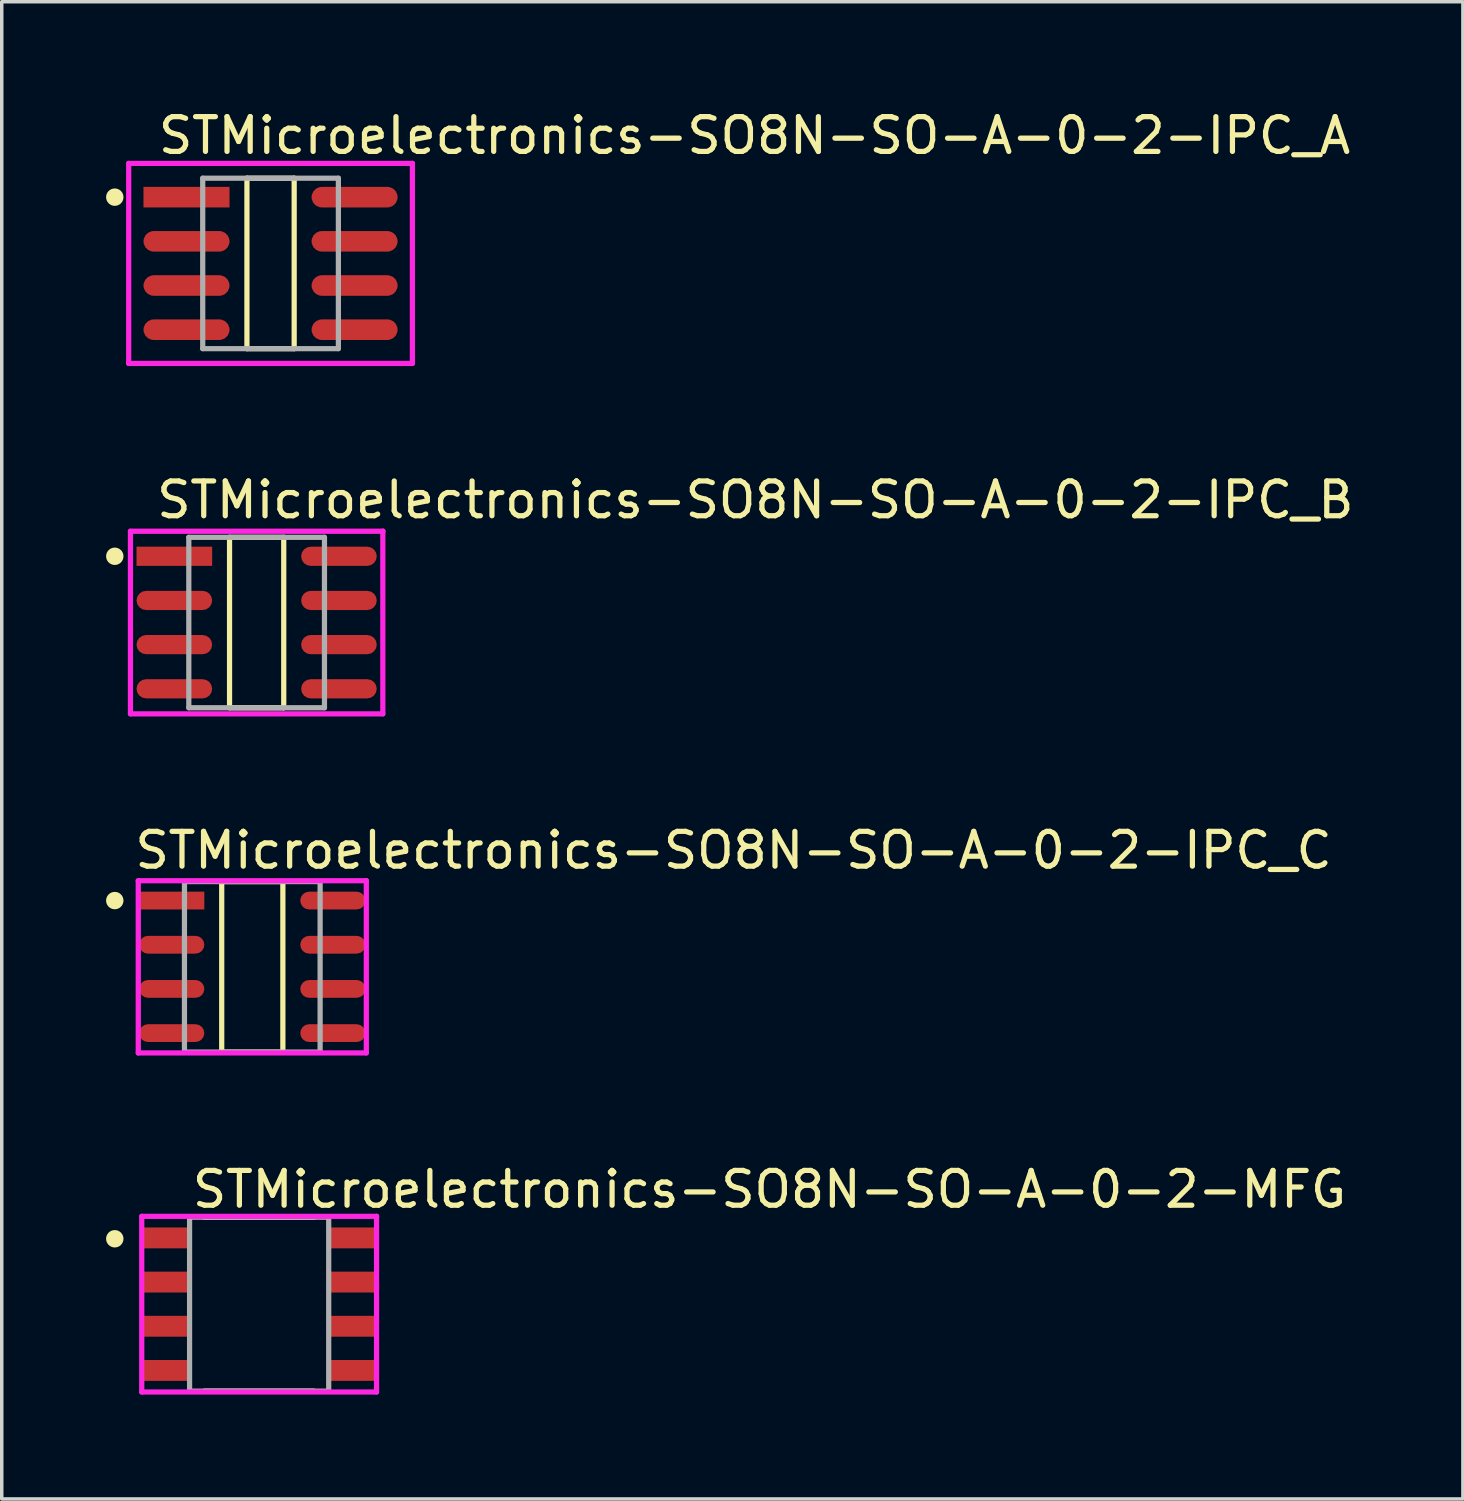
<source format=kicad_pcb>
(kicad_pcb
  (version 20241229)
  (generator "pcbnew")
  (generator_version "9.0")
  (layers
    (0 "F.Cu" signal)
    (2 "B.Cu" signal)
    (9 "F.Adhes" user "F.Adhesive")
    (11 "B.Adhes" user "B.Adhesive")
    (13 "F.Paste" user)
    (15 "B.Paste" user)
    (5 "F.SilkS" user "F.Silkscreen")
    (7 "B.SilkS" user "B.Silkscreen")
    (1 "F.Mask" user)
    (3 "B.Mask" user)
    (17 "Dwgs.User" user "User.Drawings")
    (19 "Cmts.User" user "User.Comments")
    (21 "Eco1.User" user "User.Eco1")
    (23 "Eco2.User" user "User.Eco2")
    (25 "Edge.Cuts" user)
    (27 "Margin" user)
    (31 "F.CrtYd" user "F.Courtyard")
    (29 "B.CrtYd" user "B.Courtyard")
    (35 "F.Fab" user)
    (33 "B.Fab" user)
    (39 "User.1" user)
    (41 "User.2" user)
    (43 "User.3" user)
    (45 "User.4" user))
  (footprint "STMicroelectronics-SO8N-SO-A-0-2-MFG"
    (layer "F.Cu")
    (at 4.4 34.443)
    (property "Reference" "STMicroelectronics-SO8N-SO-A-0-2-MFG" (at -2 -3.3 0) (layer "F.SilkS") (effects (font (size 1 1) (thickness 0.15)) (justify left)))
    (attr smd)
    (fp_line (start -1.575 -2.5) (end 1.575 -2.5) (stroke (width 0.15) (type solid)) (layer "F.SilkS"))
    (fp_line (start -1.575 2.5) (end 1.575 2.5) (stroke (width 0.15) (type solid)) (layer "F.SilkS"))
    (fp_circle (center -4.15 -1.88) (end -4.025 -1.88) (stroke (width 0.25) (type solid)) (fill no) (layer "F.SilkS"))
    (fp_line (start -3.375 -2.525) (end -3.375 2.525) (stroke (width 0.15) (type solid)) (layer "F.CrtYd"))
    (fp_line (start -3.375 2.525) (end 3.375 2.525) (stroke (width 0.15) (type solid)) (layer "F.CrtYd"))
    (fp_line (start 3.375 -2.525) (end -3.375 -2.525) (stroke (width 0.15) (type solid)) (layer "F.CrtYd"))
    (fp_line (start 3.375 -2.525) (end 3.375 -2.525) (stroke (width 0.15) (type solid)) (layer "F.CrtYd"))
    (fp_line (start 3.375 2.525) (end 3.375 -2.525) (stroke (width 0.15) (type solid)) (layer "F.CrtYd"))
    (fp_line (start -2 -2.5) (end 2 -2.5) (stroke (width 0.15) (type solid)) (layer "F.Fab"))
    (fp_line (start -2 2.5) (end -2 -2.5) (stroke (width 0.15) (type solid)) (layer "F.Fab"))
    (fp_line (start 2 -2.5) (end 2 2.5) (stroke (width 0.15) (type solid)) (layer "F.Fab"))
    (fp_line (start 2 2.5) (end -2 2.5) (stroke (width 0.15) (type solid)) (layer "F.Fab"))
    (pad "1" smd rect (at -2.65 -1.905) (size 1.4 0.6) (layers "F.Cu" "F.Mask" "F.Paste"))
    (pad "2" smd rect (at -2.65 -0.635) (size 1.4 0.6) (layers "F.Cu" "F.Mask" "F.Paste"))
    (pad "3" smd rect (at -2.65 0.635) (size 1.4 0.6) (layers "F.Cu" "F.Mask" "F.Paste"))
    (pad "4" smd rect (at -2.65 1.905) (size 1.4 0.6) (layers "F.Cu" "F.Mask" "F.Paste"))
    (pad "5" smd rect (at 2.65 1.905) (size 1.4 0.6) (layers "F.Cu" "F.Mask" "F.Paste"))
    (pad "6" smd rect (at 2.65 0.635) (size 1.4 0.6) (layers "F.Cu" "F.Mask" "F.Paste"))
    (pad "7" smd rect (at 2.65 -0.635) (size 1.4 0.6) (layers "F.Cu" "F.Mask" "F.Paste"))
    (pad "8" smd rect (at 2.65 -1.905) (size 1.4 0.6) (layers "F.Cu" "F.Mask" "F.Paste")))
  (footprint "STMicroelectronics-SO8N-SO-A-0-2-IPC_B"
    (layer "F.Cu")
    (at 4.328 14.847)
    (property "Reference" "STMicroelectronics-SO8N-SO-A-0-2-IPC_B" (at -2.953 -3.525 0) (layer "F.SilkS") (effects (font (size 1 1) (thickness 0.15)) (justify left)))
    (attr through_hole)
    (fp_line (start -0.779 -2.45) (end 0.779 -2.45) (stroke (width 0.15) (type solid)) (layer "F.SilkS"))
    (fp_line (start -0.779 2.45) (end -0.779 -2.45) (stroke (width 0.15) (type solid)) (layer "F.SilkS"))
    (fp_line (start 0.779 -2.45) (end 0.779 2.45) (stroke (width 0.15) (type solid)) (layer "F.SilkS"))
    (fp_line (start 0.779 2.45) (end -0.779 2.45) (stroke (width 0.15) (type solid)) (layer "F.SilkS"))
    (fp_circle (center -4.078 -1.905) (end -3.953 -1.905) (stroke (width 0.25) (type solid)) (fill no) (layer "F.SilkS"))
    (fp_line (start -3.628 -2.625) (end -3.628 2.625) (stroke (width 0.15) (type solid)) (layer "F.CrtYd"))
    (fp_line (start -3.628 2.625) (end 3.628 2.625) (stroke (width 0.15) (type solid)) (layer "F.CrtYd"))
    (fp_line (start 3.628 -2.625) (end -3.628 -2.625) (stroke (width 0.15) (type solid)) (layer "F.CrtYd"))
    (fp_line (start 3.628 -2.625) (end 3.628 -2.625) (stroke (width 0.15) (type solid)) (layer "F.CrtYd"))
    (fp_line (start 3.628 2.625) (end 3.628 -2.625) (stroke (width 0.15) (type solid)) (layer "F.CrtYd"))
    (fp_line (start -1.95 -2.45) (end 1.95 -2.45) (stroke (width 0.15) (type solid)) (layer "F.Fab"))
    (fp_line (start -1.95 2.45) (end -1.95 -2.45) (stroke (width 0.15) (type solid)) (layer "F.Fab"))
    (fp_line (start 1.95 -2.45) (end 1.95 2.45) (stroke (width 0.15) (type solid)) (layer "F.Fab"))
    (fp_line (start 1.95 2.45) (end -1.95 2.45) (stroke (width 0.15) (type solid)) (layer "F.Fab"))
    (pad "1" smd rect (at -2.366 -1.905) (size 2.174 0.552) (layers "F.Cu" "F.Mask" "F.Paste"))
    (pad "2" smd roundrect (at -2.366 -0.635) (size 2.174 0.552) (layers "F.Cu" "F.Mask" "F.Paste") (roundrect_rratio 0.5))
    (pad "3" smd roundrect (at -2.366 0.635) (size 2.174 0.552) (layers "F.Cu" "F.Mask" "F.Paste") (roundrect_rratio 0.5))
    (pad "4" smd roundrect (at -2.366 1.905) (size 2.174 0.552) (layers "F.Cu" "F.Mask" "F.Paste") (roundrect_rratio 0.5))
    (pad "5" smd roundrect (at 2.366 1.905) (size 2.174 0.552) (layers "F.Cu" "F.Mask" "F.Paste") (roundrect_rratio 0.5))
    (pad "6" smd roundrect (at 2.366 0.635) (size 2.174 0.552) (layers "F.Cu" "F.Mask" "F.Paste") (roundrect_rratio 0.5))
    (pad "7" smd roundrect (at 2.366 -0.635) (size 2.174 0.552) (layers "F.Cu" "F.Mask" "F.Paste") (roundrect_rratio 0.5))
    (pad "8" smd roundrect (at 2.366 -1.905) (size 2.174 0.552) (layers "F.Cu" "F.Mask" "F.Paste") (roundrect_rratio 0.5)))
  (footprint "STMicroelectronics-SO8N-SO-A-0-2-IPC_A"
    (layer "F.Cu")
    (at 4.728 4.523)
    (property "Reference" "STMicroelectronics-SO8N-SO-A-0-2-IPC_A" (at -3.303 -3.675 0) (layer "F.SilkS") (effects (font (size 1 1) (thickness 0.15)) (justify left)))
    (attr smd)
    (fp_line (start -0.679 -2.45) (end 0.679 -2.45) (stroke (width 0.15) (type solid)) (layer "F.SilkS"))
    (fp_line (start -0.679 2.45) (end -0.679 -2.45) (stroke (width 0.15) (type solid)) (layer "F.SilkS"))
    (fp_line (start 0.679 -2.45) (end 0.679 2.45) (stroke (width 0.15) (type solid)) (layer "F.SilkS"))
    (fp_line (start 0.679 2.45) (end -0.679 2.45) (stroke (width 0.15) (type solid)) (layer "F.SilkS"))
    (fp_circle (center -4.478 -1.905) (end -4.353 -1.905) (stroke (width 0.25) (type solid)) (fill no) (layer "F.SilkS"))
    (fp_line (start -4.078 -2.875) (end -4.078 2.875) (stroke (width 0.15) (type solid)) (layer "F.CrtYd"))
    (fp_line (start -4.078 2.875) (end 4.078 2.875) (stroke (width 0.15) (type solid)) (layer "F.CrtYd"))
    (fp_line (start 4.078 -2.875) (end -4.078 -2.875) (stroke (width 0.15) (type solid)) (layer "F.CrtYd"))
    (fp_line (start 4.078 -2.875) (end 4.078 -2.875) (stroke (width 0.15) (type solid)) (layer "F.CrtYd"))
    (fp_line (start 4.078 2.875) (end 4.078 -2.875) (stroke (width 0.15) (type solid)) (layer "F.CrtYd"))
    (fp_line (start -1.95 -2.45) (end 1.95 -2.45) (stroke (width 0.15) (type solid)) (layer "F.Fab"))
    (fp_line (start -1.95 2.45) (end -1.95 -2.45) (stroke (width 0.15) (type solid)) (layer "F.Fab"))
    (fp_line (start 1.95 -2.45) (end 1.95 2.45) (stroke (width 0.15) (type solid)) (layer "F.Fab"))
    (fp_line (start 1.95 2.45) (end -1.95 2.45) (stroke (width 0.15) (type solid)) (layer "F.Fab"))
    (pad "1" smd rect (at -2.416 -1.905) (size 2.474 0.592) (layers "F.Cu" "F.Mask" "F.Paste"))
    (pad "2" smd roundrect (at -2.416 -0.635) (size 2.474 0.592) (layers "F.Cu" "F.Mask" "F.Paste") (roundrect_rratio 0.5))
    (pad "3" smd roundrect (at -2.416 0.635) (size 2.474 0.592) (layers "F.Cu" "F.Mask" "F.Paste") (roundrect_rratio 0.5))
    (pad "4" smd roundrect (at -2.416 1.905) (size 2.474 0.592) (layers "F.Cu" "F.Mask" "F.Paste") (roundrect_rratio 0.5))
    (pad "5" smd roundrect (at 2.416 1.905) (size 2.474 0.592) (layers "F.Cu" "F.Mask" "F.Paste") (roundrect_rratio 0.5))
    (pad "6" smd roundrect (at 2.416 0.635) (size 2.474 0.592) (layers "F.Cu" "F.Mask" "F.Paste") (roundrect_rratio 0.5))
    (pad "7" smd roundrect (at 2.416 -0.635) (size 2.474 0.592) (layers "F.Cu" "F.Mask" "F.Paste") (roundrect_rratio 0.5))
    (pad "8" smd roundrect (at 2.416 -1.905) (size 2.474 0.592) (layers "F.Cu" "F.Mask" "F.Paste") (roundrect_rratio 0.5)))
  (footprint "STMicroelectronics-SO8N-SO-A-0-2-IPC_C"
    (layer "F.Cu")
    (at 4.203 24.745)
    (property "Reference" "STMicroelectronics-SO8N-SO-A-0-2-IPC_C" (at -3.453 -3.35 0) (layer "F.SilkS") (effects (font (size 1 1) (thickness 0.15)) (justify left)))
    (attr through_hole)
    (fp_line (start -0.879 -2.45) (end 0.879 -2.45) (stroke (width 0.15) (type solid)) (layer "F.SilkS"))
    (fp_line (start -0.879 2.45) (end -0.879 -2.45) (stroke (width 0.15) (type solid)) (layer "F.SilkS"))
    (fp_line (start 0.879 -2.45) (end 0.879 2.45) (stroke (width 0.15) (type solid)) (layer "F.SilkS"))
    (fp_line (start 0.879 2.45) (end -0.879 2.45) (stroke (width 0.15) (type solid)) (layer "F.SilkS"))
    (fp_circle (center -3.953 -1.905) (end -3.828 -1.905) (stroke (width 0.25) (type solid)) (fill no) (layer "F.SilkS"))
    (fp_line (start -3.278 -2.475) (end -3.278 2.475) (stroke (width 0.15) (type solid)) (layer "F.CrtYd"))
    (fp_line (start -3.278 2.475) (end 3.278 2.475) (stroke (width 0.15) (type solid)) (layer "F.CrtYd"))
    (fp_line (start 3.278 -2.475) (end -3.278 -2.475) (stroke (width 0.15) (type solid)) (layer "F.CrtYd"))
    (fp_line (start 3.278 -2.475) (end 3.278 -2.475) (stroke (width 0.15) (type solid)) (layer "F.CrtYd"))
    (fp_line (start 3.278 2.475) (end 3.278 -2.475) (stroke (width 0.15) (type solid)) (layer "F.CrtYd"))
    (fp_line (start -1.95 -2.45) (end 1.95 -2.45) (stroke (width 0.15) (type solid)) (layer "F.Fab"))
    (fp_line (start -1.95 2.45) (end -1.95 -2.45) (stroke (width 0.15) (type solid)) (layer "F.Fab"))
    (fp_line (start 1.95 -2.45) (end 1.95 2.45) (stroke (width 0.15) (type solid)) (layer "F.Fab"))
    (fp_line (start 1.95 2.45) (end -1.95 2.45) (stroke (width 0.15) (type solid)) (layer "F.Fab"))
    (pad "1" smd rect (at -2.316 -1.905) (size 1.874 0.512) (layers "F.Cu" "F.Mask" "F.Paste"))
    (pad "2" smd roundrect (at -2.316 -0.635) (size 1.874 0.512) (layers "F.Cu" "F.Mask" "F.Paste") (roundrect_rratio 0.5))
    (pad "3" smd roundrect (at -2.316 0.635) (size 1.874 0.512) (layers "F.Cu" "F.Mask" "F.Paste") (roundrect_rratio 0.5))
    (pad "4" smd roundrect (at -2.316 1.905) (size 1.874 0.512) (layers "F.Cu" "F.Mask" "F.Paste") (roundrect_rratio 0.5))
    (pad "5" smd roundrect (at 2.316 1.905) (size 1.874 0.512) (layers "F.Cu" "F.Mask" "F.Paste") (roundrect_rratio 0.5))
    (pad "6" smd roundrect (at 2.316 0.635) (size 1.874 0.512) (layers "F.Cu" "F.Mask" "F.Paste") (roundrect_rratio 0.5))
    (pad "7" smd roundrect (at 2.316 -0.635) (size 1.874 0.512) (layers "F.Cu" "F.Mask" "F.Paste") (roundrect_rratio 0.5))
    (pad "8" smd roundrect (at 2.316 -1.905) (size 1.874 0.512) (layers "F.Cu" "F.Mask" "F.Paste") (roundrect_rratio 0.5)))
  (gr_rect
    (start -3 -3)
    (end 39.006 40.043)
    (stroke (width 0.1) (type default))
    (fill no)
    (layer "Edge.Cuts")))
</source>
